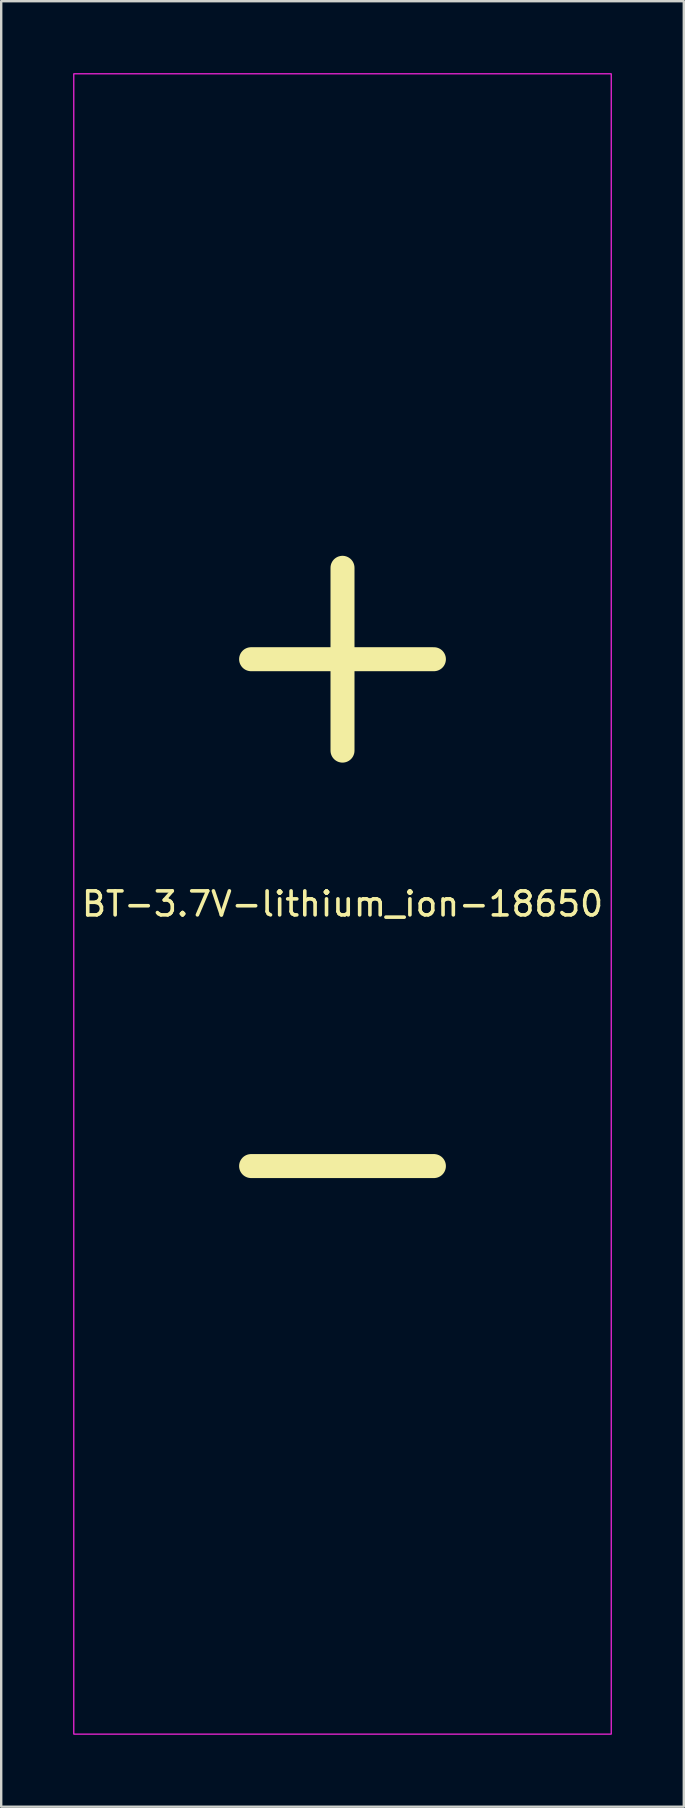
<source format=kicad_pcb>
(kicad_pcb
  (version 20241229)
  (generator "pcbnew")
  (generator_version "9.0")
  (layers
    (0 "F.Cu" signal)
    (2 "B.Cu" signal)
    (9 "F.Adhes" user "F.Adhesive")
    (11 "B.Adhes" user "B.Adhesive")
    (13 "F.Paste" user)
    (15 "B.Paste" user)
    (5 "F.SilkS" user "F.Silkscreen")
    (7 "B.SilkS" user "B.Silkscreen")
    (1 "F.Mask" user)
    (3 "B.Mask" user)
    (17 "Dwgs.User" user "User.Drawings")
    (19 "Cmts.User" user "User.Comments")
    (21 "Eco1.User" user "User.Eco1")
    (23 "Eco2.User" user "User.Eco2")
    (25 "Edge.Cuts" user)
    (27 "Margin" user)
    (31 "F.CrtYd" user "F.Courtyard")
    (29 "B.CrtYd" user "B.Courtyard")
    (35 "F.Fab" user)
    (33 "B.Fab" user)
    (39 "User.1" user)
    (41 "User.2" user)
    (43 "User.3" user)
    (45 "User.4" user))
  (footprint "BT-3.7V-lithium_ion-18650"
    (layer "F.Cu")
    (at 11.225 34.625)
    (property "Reference" "BT-3.7V-lithium_ion-18650" (at 0 0 0) (unlocked yes) (layer "F.SilkS") (effects (font (size 1 1) (thickness 0.15))))
    (fp_rect (start -11.2 -34.6) (end 11.2 34.6) (stroke (width 0.05) (type default)) (fill no) (layer "F.CrtYd"))
    (fp_line (start -0.5 0) (end 0.5 0) (stroke (width 0.1) (type default)) (layer "User.1"))
    (fp_line (start 0 -0.5) (end 0 0.5) (stroke (width 0.1) (type default)) (layer "User.1"))
    (fp_line (start 0 0.5) (end 0 -0.5) (stroke (width 0.1) (type default)) (layer "User.1"))
    (fp_line (start 0.5 0) (end -0.5 0) (stroke (width 0.1) (type default)) (layer "User.1"))
    (fp_rect (start -10.9 -34.3) (end 10.9 34.3) (stroke (width 0.1) (type default)) (fill no) (layer "User.1"))
    (fp_text user "+" (at 0 -10.965 0) (unlocked yes) (layer "F.SilkS") (effects (font (size 10 10) (thickness 1))))
    (fp_text user "-" (at 0 10.16 0) (unlocked yes) (layer "F.SilkS") (effects (font (size 10 10) (thickness 1)))))
  (gr_rect
    (start -3 -3)
    (end 25.45 72.25)
    (stroke (width 0.1) (type default))
    (fill no)
    (layer "Edge.Cuts")))
</source>
